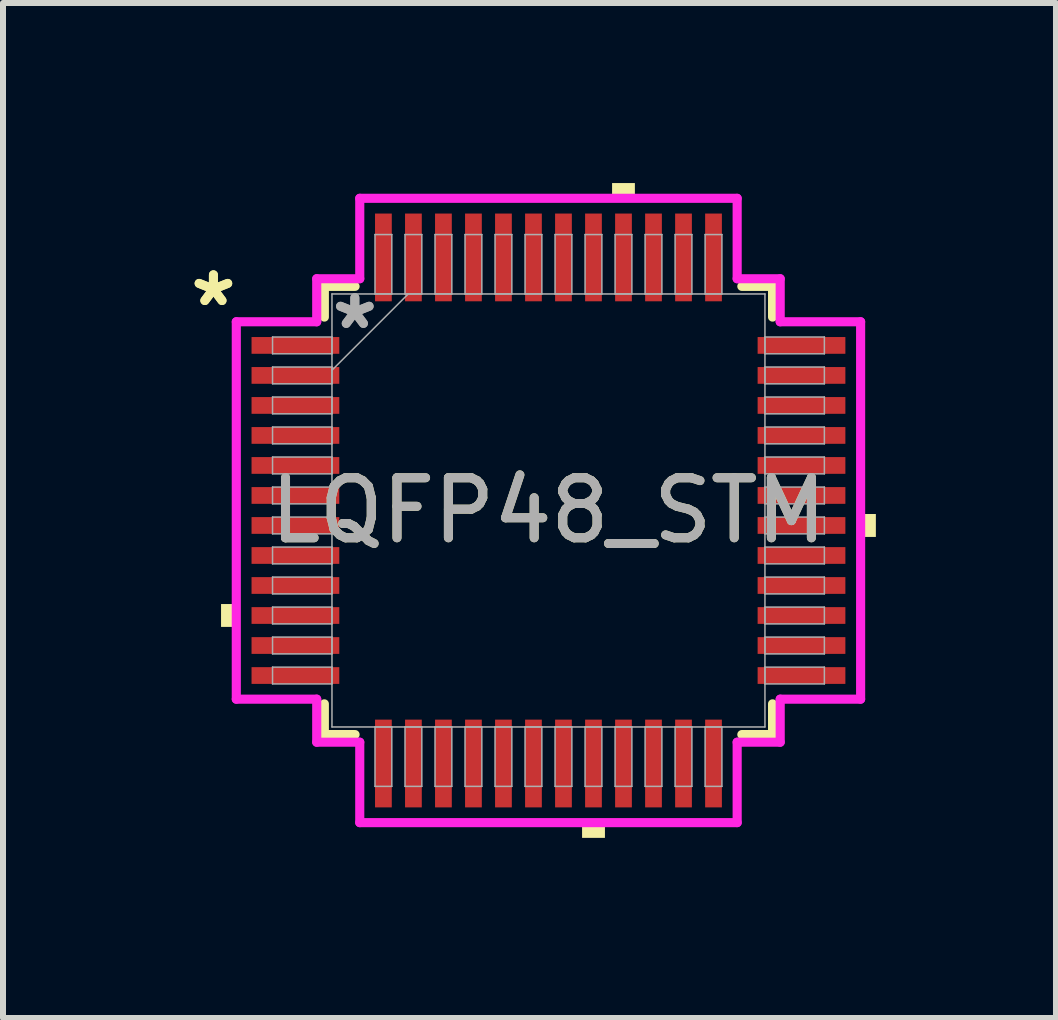
<source format=kicad_pcb>
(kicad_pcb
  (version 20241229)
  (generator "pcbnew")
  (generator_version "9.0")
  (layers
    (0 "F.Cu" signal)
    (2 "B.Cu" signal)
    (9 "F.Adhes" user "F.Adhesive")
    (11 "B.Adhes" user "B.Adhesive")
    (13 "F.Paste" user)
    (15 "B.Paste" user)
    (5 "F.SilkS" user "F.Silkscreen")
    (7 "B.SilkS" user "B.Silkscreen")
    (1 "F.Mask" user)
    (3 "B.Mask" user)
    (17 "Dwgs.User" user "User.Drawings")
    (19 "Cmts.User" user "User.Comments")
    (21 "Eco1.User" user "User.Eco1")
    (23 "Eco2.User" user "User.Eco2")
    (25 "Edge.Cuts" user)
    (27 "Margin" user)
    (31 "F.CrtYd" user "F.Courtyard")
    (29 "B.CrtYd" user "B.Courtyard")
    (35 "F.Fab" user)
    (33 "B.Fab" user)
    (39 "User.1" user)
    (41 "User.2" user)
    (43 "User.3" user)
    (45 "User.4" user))
  (footprint "LQFP48_STM"
    (layer "F.Cu")
    (at 6.088 5.455)
    (property "Reference" "LQFP48_STM" (at 0 0 0) (unlocked yes) (layer "F.SilkS") (effects (font (size 1 1) (thickness 0.15))))
    (attr smd)
    (fp_line (start -3.734 -3.734) (end -3.734 -3.222) (stroke (width 0.152) (type solid)) (layer "F.SilkS"))
    (fp_line (start -3.734 3.222) (end -3.734 3.734) (stroke (width 0.152) (type solid)) (layer "F.SilkS"))
    (fp_line (start -3.734 3.734) (end -3.222 3.734) (stroke (width 0.152) (type solid)) (layer "F.SilkS"))
    (fp_line (start -3.222 -3.734) (end -3.734 -3.734) (stroke (width 0.152) (type solid)) (layer "F.SilkS"))
    (fp_line (start 3.222 3.734) (end 3.734 3.734) (stroke (width 0.152) (type solid)) (layer "F.SilkS"))
    (fp_line (start 3.734 -3.734) (end 3.222 -3.734) (stroke (width 0.152) (type solid)) (layer "F.SilkS"))
    (fp_line (start 3.734 -3.222) (end 3.734 -3.734) (stroke (width 0.152) (type solid)) (layer "F.SilkS"))
    (fp_line (start 3.734 3.734) (end 3.734 3.222) (stroke (width 0.152) (type solid)) (layer "F.SilkS"))
    (fp_poly (pts (xy -5.455 1.559) (xy -5.455 1.94) (xy -5.201 1.94) (xy -5.201 1.559)) (stroke (width 0) (type solid)) (fill yes) (layer "F.SilkS"))
    (fp_poly (pts (xy 0.56 5.201) (xy 0.56 5.455) (xy 0.941 5.455) (xy 0.941 5.201)) (stroke (width 0) (type solid)) (fill yes) (layer "F.SilkS"))
    (fp_poly (pts (xy 1.06 -5.201) (xy 1.06 -5.455) (xy 1.44 -5.455) (xy 1.44 -5.201)) (stroke (width 0) (type solid)) (fill yes) (layer "F.SilkS"))
    (fp_poly (pts (xy 5.455 0.059) (xy 5.455 0.441) (xy 5.201 0.441) (xy 5.201 0.059)) (stroke (width 0) (type solid)) (fill yes) (layer "F.SilkS"))
    (fp_line (start -5.201 -3.144) (end -3.861 -3.144) (stroke (width 0.152) (type solid)) (layer "F.CrtYd"))
    (fp_line (start -5.201 3.144) (end -5.201 -3.144) (stroke (width 0.152) (type solid)) (layer "F.CrtYd"))
    (fp_line (start -3.861 -3.861) (end -3.144 -3.861) (stroke (width 0.152) (type solid)) (layer "F.CrtYd"))
    (fp_line (start -3.861 -3.144) (end -3.861 -3.861) (stroke (width 0.152) (type solid)) (layer "F.CrtYd"))
    (fp_line (start -3.861 3.144) (end -5.201 3.144) (stroke (width 0.152) (type solid)) (layer "F.CrtYd"))
    (fp_line (start -3.861 3.861) (end -3.861 3.144) (stroke (width 0.152) (type solid)) (layer "F.CrtYd"))
    (fp_line (start -3.861 3.861) (end -3.144 3.861) (stroke (width 0.152) (type solid)) (layer "F.CrtYd"))
    (fp_line (start -3.144 -5.201) (end 3.144 -5.201) (stroke (width 0.152) (type solid)) (layer "F.CrtYd"))
    (fp_line (start -3.144 -3.861) (end -3.144 -5.201) (stroke (width 0.152) (type solid)) (layer "F.CrtYd"))
    (fp_line (start -3.144 3.861) (end -3.144 5.201) (stroke (width 0.152) (type solid)) (layer "F.CrtYd"))
    (fp_line (start -3.144 5.201) (end 3.144 5.201) (stroke (width 0.152) (type solid)) (layer "F.CrtYd"))
    (fp_line (start 3.144 -5.201) (end 3.144 -3.861) (stroke (width 0.152) (type solid)) (layer "F.CrtYd"))
    (fp_line (start 3.144 -3.861) (end 3.861 -3.861) (stroke (width 0.152) (type solid)) (layer "F.CrtYd"))
    (fp_line (start 3.144 3.861) (end 3.861 3.861) (stroke (width 0.152) (type solid)) (layer "F.CrtYd"))
    (fp_line (start 3.144 5.201) (end 3.144 3.861) (stroke (width 0.152) (type solid)) (layer "F.CrtYd"))
    (fp_line (start 3.861 -3.144) (end 3.861 -3.861) (stroke (width 0.152) (type solid)) (layer "F.CrtYd"))
    (fp_line (start 3.861 3.144) (end 5.201 3.144) (stroke (width 0.152) (type solid)) (layer "F.CrtYd"))
    (fp_line (start 3.861 3.861) (end 3.861 3.144) (stroke (width 0.152) (type solid)) (layer "F.CrtYd"))
    (fp_line (start 5.201 -3.144) (end 3.861 -3.144) (stroke (width 0.152) (type solid)) (layer "F.CrtYd"))
    (fp_line (start 5.201 3.144) (end 5.201 -3.144) (stroke (width 0.152) (type solid)) (layer "F.CrtYd"))
    (fp_line (start -4.597 -2.89) (end -4.597 -2.61) (stroke (width 0.025) (type solid)) (layer "F.Fab"))
    (fp_line (start -4.597 -2.61) (end -3.607 -2.61) (stroke (width 0.025) (type solid)) (layer "F.Fab"))
    (fp_line (start -4.597 -2.39) (end -4.597 -2.11) (stroke (width 0.025) (type solid)) (layer "F.Fab"))
    (fp_line (start -4.597 -2.11) (end -3.607 -2.11) (stroke (width 0.025) (type solid)) (layer "F.Fab"))
    (fp_line (start -4.597 -1.89) (end -4.597 -1.61) (stroke (width 0.025) (type solid)) (layer "F.Fab"))
    (fp_line (start -4.597 -1.61) (end -3.607 -1.61) (stroke (width 0.025) (type solid)) (layer "F.Fab"))
    (fp_line (start -4.597 -1.39) (end -4.597 -1.11) (stroke (width 0.025) (type solid)) (layer "F.Fab"))
    (fp_line (start -4.597 -1.11) (end -3.607 -1.11) (stroke (width 0.025) (type solid)) (layer "F.Fab"))
    (fp_line (start -4.597 -0.89) (end -4.597 -0.61) (stroke (width 0.025) (type solid)) (layer "F.Fab"))
    (fp_line (start -4.597 -0.61) (end -3.607 -0.61) (stroke (width 0.025) (type solid)) (layer "F.Fab"))
    (fp_line (start -4.597 -0.39) (end -4.597 -0.11) (stroke (width 0.025) (type solid)) (layer "F.Fab"))
    (fp_line (start -4.597 -0.11) (end -3.607 -0.11) (stroke (width 0.025) (type solid)) (layer "F.Fab"))
    (fp_line (start -4.597 0.11) (end -4.597 0.39) (stroke (width 0.025) (type solid)) (layer "F.Fab"))
    (fp_line (start -4.597 0.39) (end -3.607 0.39) (stroke (width 0.025) (type solid)) (layer "F.Fab"))
    (fp_line (start -4.597 0.61) (end -4.597 0.89) (stroke (width 0.025) (type solid)) (layer "F.Fab"))
    (fp_line (start -4.597 0.89) (end -3.607 0.89) (stroke (width 0.025) (type solid)) (layer "F.Fab"))
    (fp_line (start -4.597 1.11) (end -4.597 1.39) (stroke (width 0.025) (type solid)) (layer "F.Fab"))
    (fp_line (start -4.597 1.39) (end -3.607 1.39) (stroke (width 0.025) (type solid)) (layer "F.Fab"))
    (fp_line (start -4.597 1.61) (end -4.597 1.89) (stroke (width 0.025) (type solid)) (layer "F.Fab"))
    (fp_line (start -4.597 1.89) (end -3.607 1.89) (stroke (width 0.025) (type solid)) (layer "F.Fab"))
    (fp_line (start -4.597 2.11) (end -4.597 2.39) (stroke (width 0.025) (type solid)) (layer "F.Fab"))
    (fp_line (start -4.597 2.39) (end -3.607 2.39) (stroke (width 0.025) (type solid)) (layer "F.Fab"))
    (fp_line (start -4.597 2.61) (end -4.597 2.89) (stroke (width 0.025) (type solid)) (layer "F.Fab"))
    (fp_line (start -4.597 2.89) (end -3.607 2.89) (stroke (width 0.025) (type solid)) (layer "F.Fab"))
    (fp_line (start -3.607 -3.607) (end -3.607 3.607) (stroke (width 0.025) (type solid)) (layer "F.Fab"))
    (fp_line (start -3.607 -2.89) (end -4.597 -2.89) (stroke (width 0.025) (type solid)) (layer "F.Fab"))
    (fp_line (start -3.607 -2.61) (end -3.607 -2.89) (stroke (width 0.025) (type solid)) (layer "F.Fab"))
    (fp_line (start -3.607 -2.39) (end -4.597 -2.39) (stroke (width 0.025) (type solid)) (layer "F.Fab"))
    (fp_line (start -3.607 -2.337) (end -2.337 -3.607) (stroke (width 0.025) (type solid)) (layer "F.Fab"))
    (fp_line (start -3.607 -2.11) (end -3.607 -2.39) (stroke (width 0.025) (type solid)) (layer "F.Fab"))
    (fp_line (start -3.607 -1.89) (end -4.597 -1.89) (stroke (width 0.025) (type solid)) (layer "F.Fab"))
    (fp_line (start -3.607 -1.61) (end -3.607 -1.89) (stroke (width 0.025) (type solid)) (layer "F.Fab"))
    (fp_line (start -3.607 -1.39) (end -4.597 -1.39) (stroke (width 0.025) (type solid)) (layer "F.Fab"))
    (fp_line (start -3.607 -1.11) (end -3.607 -1.39) (stroke (width 0.025) (type solid)) (layer "F.Fab"))
    (fp_line (start -3.607 -0.89) (end -4.597 -0.89) (stroke (width 0.025) (type solid)) (layer "F.Fab"))
    (fp_line (start -3.607 -0.61) (end -3.607 -0.89) (stroke (width 0.025) (type solid)) (layer "F.Fab"))
    (fp_line (start -3.607 -0.39) (end -4.597 -0.39) (stroke (width 0.025) (type solid)) (layer "F.Fab"))
    (fp_line (start -3.607 -0.11) (end -3.607 -0.39) (stroke (width 0.025) (type solid)) (layer "F.Fab"))
    (fp_line (start -3.607 0.11) (end -4.597 0.11) (stroke (width 0.025) (type solid)) (layer "F.Fab"))
    (fp_line (start -3.607 0.39) (end -3.607 0.11) (stroke (width 0.025) (type solid)) (layer "F.Fab"))
    (fp_line (start -3.607 0.61) (end -4.597 0.61) (stroke (width 0.025) (type solid)) (layer "F.Fab"))
    (fp_line (start -3.607 0.89) (end -3.607 0.61) (stroke (width 0.025) (type solid)) (layer "F.Fab"))
    (fp_line (start -3.607 1.11) (end -4.597 1.11) (stroke (width 0.025) (type solid)) (layer "F.Fab"))
    (fp_line (start -3.607 1.39) (end -3.607 1.11) (stroke (width 0.025) (type solid)) (layer "F.Fab"))
    (fp_line (start -3.607 1.61) (end -4.597 1.61) (stroke (width 0.025) (type solid)) (layer "F.Fab"))
    (fp_line (start -3.607 1.89) (end -3.607 1.61) (stroke (width 0.025) (type solid)) (layer "F.Fab"))
    (fp_line (start -3.607 2.11) (end -4.597 2.11) (stroke (width 0.025) (type solid)) (layer "F.Fab"))
    (fp_line (start -3.607 2.39) (end -3.607 2.11) (stroke (width 0.025) (type solid)) (layer "F.Fab"))
    (fp_line (start -3.607 2.61) (end -4.597 2.61) (stroke (width 0.025) (type solid)) (layer "F.Fab"))
    (fp_line (start -3.607 2.89) (end -3.607 2.61) (stroke (width 0.025) (type solid)) (layer "F.Fab"))
    (fp_line (start -3.607 3.607) (end 3.607 3.607) (stroke (width 0.025) (type solid)) (layer "F.Fab"))
    (fp_line (start -2.89 -4.597) (end -2.89 -3.607) (stroke (width 0.025) (type solid)) (layer "F.Fab"))
    (fp_line (start -2.89 -3.607) (end -2.61 -3.607) (stroke (width 0.025) (type solid)) (layer "F.Fab"))
    (fp_line (start -2.89 3.607) (end -2.89 4.597) (stroke (width 0.025) (type solid)) (layer "F.Fab"))
    (fp_line (start -2.89 4.597) (end -2.61 4.597) (stroke (width 0.025) (type solid)) (layer "F.Fab"))
    (fp_line (start -2.61 -4.597) (end -2.89 -4.597) (stroke (width 0.025) (type solid)) (layer "F.Fab"))
    (fp_line (start -2.61 -3.607) (end -2.61 -4.597) (stroke (width 0.025) (type solid)) (layer "F.Fab"))
    (fp_line (start -2.61 3.607) (end -2.89 3.607) (stroke (width 0.025) (type solid)) (layer "F.Fab"))
    (fp_line (start -2.61 4.597) (end -2.61 3.607) (stroke (width 0.025) (type solid)) (layer "F.Fab"))
    (fp_line (start -2.39 -4.597) (end -2.39 -3.607) (stroke (width 0.025) (type solid)) (layer "F.Fab"))
    (fp_line (start -2.39 -3.607) (end -2.11 -3.607) (stroke (width 0.025) (type solid)) (layer "F.Fab"))
    (fp_line (start -2.39 3.607) (end -2.39 4.597) (stroke (width 0.025) (type solid)) (layer "F.Fab"))
    (fp_line (start -2.39 4.597) (end -2.11 4.597) (stroke (width 0.025) (type solid)) (layer "F.Fab"))
    (fp_line (start -2.11 -4.597) (end -2.39 -4.597) (stroke (width 0.025) (type solid)) (layer "F.Fab"))
    (fp_line (start -2.11 -3.607) (end -2.11 -4.597) (stroke (width 0.025) (type solid)) (layer "F.Fab"))
    (fp_line (start -2.11 3.607) (end -2.39 3.607) (stroke (width 0.025) (type solid)) (layer "F.Fab"))
    (fp_line (start -2.11 4.597) (end -2.11 3.607) (stroke (width 0.025) (type solid)) (layer "F.Fab"))
    (fp_line (start -1.89 -4.597) (end -1.89 -3.607) (stroke (width 0.025) (type solid)) (layer "F.Fab"))
    (fp_line (start -1.89 -3.607) (end -1.61 -3.607) (stroke (width 0.025) (type solid)) (layer "F.Fab"))
    (fp_line (start -1.89 3.607) (end -1.89 4.597) (stroke (width 0.025) (type solid)) (layer "F.Fab"))
    (fp_line (start -1.89 4.597) (end -1.61 4.597) (stroke (width 0.025) (type solid)) (layer "F.Fab"))
    (fp_line (start -1.61 -4.597) (end -1.89 -4.597) (stroke (width 0.025) (type solid)) (layer "F.Fab"))
    (fp_line (start -1.61 -3.607) (end -1.61 -4.597) (stroke (width 0.025) (type solid)) (layer "F.Fab"))
    (fp_line (start -1.61 3.607) (end -1.89 3.607) (stroke (width 0.025) (type solid)) (layer "F.Fab"))
    (fp_line (start -1.61 4.597) (end -1.61 3.607) (stroke (width 0.025) (type solid)) (layer "F.Fab"))
    (fp_line (start -1.39 -4.597) (end -1.39 -3.607) (stroke (width 0.025) (type solid)) (layer "F.Fab"))
    (fp_line (start -1.39 -3.607) (end -1.11 -3.607) (stroke (width 0.025) (type solid)) (layer "F.Fab"))
    (fp_line (start -1.39 3.607) (end -1.39 4.597) (stroke (width 0.025) (type solid)) (layer "F.Fab"))
    (fp_line (start -1.39 4.597) (end -1.11 4.597) (stroke (width 0.025) (type solid)) (layer "F.Fab"))
    (fp_line (start -1.11 -4.597) (end -1.39 -4.597) (stroke (width 0.025) (type solid)) (layer "F.Fab"))
    (fp_line (start -1.11 -3.607) (end -1.11 -4.597) (stroke (width 0.025) (type solid)) (layer "F.Fab"))
    (fp_line (start -1.11 3.607) (end -1.39 3.607) (stroke (width 0.025) (type solid)) (layer "F.Fab"))
    (fp_line (start -1.11 4.597) (end -1.11 3.607) (stroke (width 0.025) (type solid)) (layer "F.Fab"))
    (fp_line (start -0.89 -4.597) (end -0.89 -3.607) (stroke (width 0.025) (type solid)) (layer "F.Fab"))
    (fp_line (start -0.89 -3.607) (end -0.61 -3.607) (stroke (width 0.025) (type solid)) (layer "F.Fab"))
    (fp_line (start -0.89 3.607) (end -0.89 4.597) (stroke (width 0.025) (type solid)) (layer "F.Fab"))
    (fp_line (start -0.89 4.597) (end -0.61 4.597) (stroke (width 0.025) (type solid)) (layer "F.Fab"))
    (fp_line (start -0.61 -4.597) (end -0.89 -4.597) (stroke (width 0.025) (type solid)) (layer "F.Fab"))
    (fp_line (start -0.61 -3.607) (end -0.61 -4.597) (stroke (width 0.025) (type solid)) (layer "F.Fab"))
    (fp_line (start -0.61 3.607) (end -0.89 3.607) (stroke (width 0.025) (type solid)) (layer "F.Fab"))
    (fp_line (start -0.61 4.597) (end -0.61 3.607) (stroke (width 0.025) (type solid)) (layer "F.Fab"))
    (fp_line (start -0.39 -4.597) (end -0.39 -3.607) (stroke (width 0.025) (type solid)) (layer "F.Fab"))
    (fp_line (start -0.39 -3.607) (end -0.11 -3.607) (stroke (width 0.025) (type solid)) (layer "F.Fab"))
    (fp_line (start -0.39 3.607) (end -0.39 4.597) (stroke (width 0.025) (type solid)) (layer "F.Fab"))
    (fp_line (start -0.39 4.597) (end -0.11 4.597) (stroke (width 0.025) (type solid)) (layer "F.Fab"))
    (fp_line (start -0.11 -4.597) (end -0.39 -4.597) (stroke (width 0.025) (type solid)) (layer "F.Fab"))
    (fp_line (start -0.11 -3.607) (end -0.11 -4.597) (stroke (width 0.025) (type solid)) (layer "F.Fab"))
    (fp_line (start -0.11 3.607) (end -0.39 3.607) (stroke (width 0.025) (type solid)) (layer "F.Fab"))
    (fp_line (start -0.11 4.597) (end -0.11 3.607) (stroke (width 0.025) (type solid)) (layer "F.Fab"))
    (fp_line (start 0.11 -4.597) (end 0.11 -3.607) (stroke (width 0.025) (type solid)) (layer "F.Fab"))
    (fp_line (start 0.11 -3.607) (end 0.39 -3.607) (stroke (width 0.025) (type solid)) (layer "F.Fab"))
    (fp_line (start 0.11 3.607) (end 0.11 4.597) (stroke (width 0.025) (type solid)) (layer "F.Fab"))
    (fp_line (start 0.11 4.597) (end 0.39 4.597) (stroke (width 0.025) (type solid)) (layer "F.Fab"))
    (fp_line (start 0.39 -4.597) (end 0.11 -4.597) (stroke (width 0.025) (type solid)) (layer "F.Fab"))
    (fp_line (start 0.39 -3.607) (end 0.39 -4.597) (stroke (width 0.025) (type solid)) (layer "F.Fab"))
    (fp_line (start 0.39 3.607) (end 0.11 3.607) (stroke (width 0.025) (type solid)) (layer "F.Fab"))
    (fp_line (start 0.39 4.597) (end 0.39 3.607) (stroke (width 0.025) (type solid)) (layer "F.Fab"))
    (fp_line (start 0.61 -4.597) (end 0.61 -3.607) (stroke (width 0.025) (type solid)) (layer "F.Fab"))
    (fp_line (start 0.61 -3.607) (end 0.89 -3.607) (stroke (width 0.025) (type solid)) (layer "F.Fab"))
    (fp_line (start 0.61 3.607) (end 0.61 4.597) (stroke (width 0.025) (type solid)) (layer "F.Fab"))
    (fp_line (start 0.61 4.597) (end 0.89 4.597) (stroke (width 0.025) (type solid)) (layer "F.Fab"))
    (fp_line (start 0.89 -4.597) (end 0.61 -4.597) (stroke (width 0.025) (type solid)) (layer "F.Fab"))
    (fp_line (start 0.89 -3.607) (end 0.89 -4.597) (stroke (width 0.025) (type solid)) (layer "F.Fab"))
    (fp_line (start 0.89 3.607) (end 0.61 3.607) (stroke (width 0.025) (type solid)) (layer "F.Fab"))
    (fp_line (start 0.89 4.597) (end 0.89 3.607) (stroke (width 0.025) (type solid)) (layer "F.Fab"))
    (fp_line (start 1.11 -4.597) (end 1.11 -3.607) (stroke (width 0.025) (type solid)) (layer "F.Fab"))
    (fp_line (start 1.11 -3.607) (end 1.39 -3.607) (stroke (width 0.025) (type solid)) (layer "F.Fab"))
    (fp_line (start 1.11 3.607) (end 1.11 4.597) (stroke (width 0.025) (type solid)) (layer "F.Fab"))
    (fp_line (start 1.11 4.597) (end 1.39 4.597) (stroke (width 0.025) (type solid)) (layer "F.Fab"))
    (fp_line (start 1.39 -4.597) (end 1.11 -4.597) (stroke (width 0.025) (type solid)) (layer "F.Fab"))
    (fp_line (start 1.39 -3.607) (end 1.39 -4.597) (stroke (width 0.025) (type solid)) (layer "F.Fab"))
    (fp_line (start 1.39 3.607) (end 1.11 3.607) (stroke (width 0.025) (type solid)) (layer "F.Fab"))
    (fp_line (start 1.39 4.597) (end 1.39 3.607) (stroke (width 0.025) (type solid)) (layer "F.Fab"))
    (fp_line (start 1.61 -4.597) (end 1.61 -3.607) (stroke (width 0.025) (type solid)) (layer "F.Fab"))
    (fp_line (start 1.61 -3.607) (end 1.89 -3.607) (stroke (width 0.025) (type solid)) (layer "F.Fab"))
    (fp_line (start 1.61 3.607) (end 1.61 4.597) (stroke (width 0.025) (type solid)) (layer "F.Fab"))
    (fp_line (start 1.61 4.597) (end 1.89 4.597) (stroke (width 0.025) (type solid)) (layer "F.Fab"))
    (fp_line (start 1.89 -4.597) (end 1.61 -4.597) (stroke (width 0.025) (type solid)) (layer "F.Fab"))
    (fp_line (start 1.89 -3.607) (end 1.89 -4.597) (stroke (width 0.025) (type solid)) (layer "F.Fab"))
    (fp_line (start 1.89 3.607) (end 1.61 3.607) (stroke (width 0.025) (type solid)) (layer "F.Fab"))
    (fp_line (start 1.89 4.597) (end 1.89 3.607) (stroke (width 0.025) (type solid)) (layer "F.Fab"))
    (fp_line (start 2.11 -4.597) (end 2.11 -3.607) (stroke (width 0.025) (type solid)) (layer "F.Fab"))
    (fp_line (start 2.11 -3.607) (end 2.39 -3.607) (stroke (width 0.025) (type solid)) (layer "F.Fab"))
    (fp_line (start 2.11 3.607) (end 2.11 4.597) (stroke (width 0.025) (type solid)) (layer "F.Fab"))
    (fp_line (start 2.11 4.597) (end 2.39 4.597) (stroke (width 0.025) (type solid)) (layer "F.Fab"))
    (fp_line (start 2.39 -4.597) (end 2.11 -4.597) (stroke (width 0.025) (type solid)) (layer "F.Fab"))
    (fp_line (start 2.39 -3.607) (end 2.39 -4.597) (stroke (width 0.025) (type solid)) (layer "F.Fab"))
    (fp_line (start 2.39 3.607) (end 2.11 3.607) (stroke (width 0.025) (type solid)) (layer "F.Fab"))
    (fp_line (start 2.39 4.597) (end 2.39 3.607) (stroke (width 0.025) (type solid)) (layer "F.Fab"))
    (fp_line (start 2.61 -4.597) (end 2.61 -3.607) (stroke (width 0.025) (type solid)) (layer "F.Fab"))
    (fp_line (start 2.61 -3.607) (end 2.89 -3.607) (stroke (width 0.025) (type solid)) (layer "F.Fab"))
    (fp_line (start 2.61 3.607) (end 2.61 4.597) (stroke (width 0.025) (type solid)) (layer "F.Fab"))
    (fp_line (start 2.61 4.597) (end 2.89 4.597) (stroke (width 0.025) (type solid)) (layer "F.Fab"))
    (fp_line (start 2.89 -4.597) (end 2.61 -4.597) (stroke (width 0.025) (type solid)) (layer "F.Fab"))
    (fp_line (start 2.89 -3.607) (end 2.89 -4.597) (stroke (width 0.025) (type solid)) (layer "F.Fab"))
    (fp_line (start 2.89 3.607) (end 2.61 3.607) (stroke (width 0.025) (type solid)) (layer "F.Fab"))
    (fp_line (start 2.89 4.597) (end 2.89 3.607) (stroke (width 0.025) (type solid)) (layer "F.Fab"))
    (fp_line (start 3.607 -3.607) (end -3.607 -3.607) (stroke (width 0.025) (type solid)) (layer "F.Fab"))
    (fp_line (start 3.607 -2.89) (end 3.607 -2.61) (stroke (width 0.025) (type solid)) (layer "F.Fab"))
    (fp_line (start 3.607 -2.61) (end 4.597 -2.61) (stroke (width 0.025) (type solid)) (layer "F.Fab"))
    (fp_line (start 3.607 -2.39) (end 3.607 -2.11) (stroke (width 0.025) (type solid)) (layer "F.Fab"))
    (fp_line (start 3.607 -2.11) (end 4.597 -2.11) (stroke (width 0.025) (type solid)) (layer "F.Fab"))
    (fp_line (start 3.607 -1.89) (end 3.607 -1.61) (stroke (width 0.025) (type solid)) (layer "F.Fab"))
    (fp_line (start 3.607 -1.61) (end 4.597 -1.61) (stroke (width 0.025) (type solid)) (layer "F.Fab"))
    (fp_line (start 3.607 -1.39) (end 3.607 -1.11) (stroke (width 0.025) (type solid)) (layer "F.Fab"))
    (fp_line (start 3.607 -1.11) (end 4.597 -1.11) (stroke (width 0.025) (type solid)) (layer "F.Fab"))
    (fp_line (start 3.607 -0.89) (end 3.607 -0.61) (stroke (width 0.025) (type solid)) (layer "F.Fab"))
    (fp_line (start 3.607 -0.61) (end 4.597 -0.61) (stroke (width 0.025) (type solid)) (layer "F.Fab"))
    (fp_line (start 3.607 -0.39) (end 3.607 -0.11) (stroke (width 0.025) (type solid)) (layer "F.Fab"))
    (fp_line (start 3.607 -0.11) (end 4.597 -0.11) (stroke (width 0.025) (type solid)) (layer "F.Fab"))
    (fp_line (start 3.607 0.11) (end 3.607 0.39) (stroke (width 0.025) (type solid)) (layer "F.Fab"))
    (fp_line (start 3.607 0.39) (end 4.597 0.39) (stroke (width 0.025) (type solid)) (layer "F.Fab"))
    (fp_line (start 3.607 0.61) (end 3.607 0.89) (stroke (width 0.025) (type solid)) (layer "F.Fab"))
    (fp_line (start 3.607 0.89) (end 4.597 0.89) (stroke (width 0.025) (type solid)) (layer "F.Fab"))
    (fp_line (start 3.607 1.11) (end 3.607 1.39) (stroke (width 0.025) (type solid)) (layer "F.Fab"))
    (fp_line (start 3.607 1.39) (end 4.597 1.39) (stroke (width 0.025) (type solid)) (layer "F.Fab"))
    (fp_line (start 3.607 1.61) (end 3.607 1.89) (stroke (width 0.025) (type solid)) (layer "F.Fab"))
    (fp_line (start 3.607 1.89) (end 4.597 1.89) (stroke (width 0.025) (type solid)) (layer "F.Fab"))
    (fp_line (start 3.607 2.11) (end 3.607 2.39) (stroke (width 0.025) (type solid)) (layer "F.Fab"))
    (fp_line (start 3.607 2.39) (end 4.597 2.39) (stroke (width 0.025) (type solid)) (layer "F.Fab"))
    (fp_line (start 3.607 2.61) (end 3.607 2.89) (stroke (width 0.025) (type solid)) (layer "F.Fab"))
    (fp_line (start 3.607 2.89) (end 4.597 2.89) (stroke (width 0.025) (type solid)) (layer "F.Fab"))
    (fp_line (start 3.607 3.607) (end 3.607 -3.607) (stroke (width 0.025) (type solid)) (layer "F.Fab"))
    (fp_line (start 4.597 -2.89) (end 3.607 -2.89) (stroke (width 0.025) (type solid)) (layer "F.Fab"))
    (fp_line (start 4.597 -2.61) (end 4.597 -2.89) (stroke (width 0.025) (type solid)) (layer "F.Fab"))
    (fp_line (start 4.597 -2.39) (end 3.607 -2.39) (stroke (width 0.025) (type solid)) (layer "F.Fab"))
    (fp_line (start 4.597 -2.11) (end 4.597 -2.39) (stroke (width 0.025) (type solid)) (layer "F.Fab"))
    (fp_line (start 4.597 -1.89) (end 3.607 -1.89) (stroke (width 0.025) (type solid)) (layer "F.Fab"))
    (fp_line (start 4.597 -1.61) (end 4.597 -1.89) (stroke (width 0.025) (type solid)) (layer "F.Fab"))
    (fp_line (start 4.597 -1.39) (end 3.607 -1.39) (stroke (width 0.025) (type solid)) (layer "F.Fab"))
    (fp_line (start 4.597 -1.11) (end 4.597 -1.39) (stroke (width 0.025) (type solid)) (layer "F.Fab"))
    (fp_line (start 4.597 -0.89) (end 3.607 -0.89) (stroke (width 0.025) (type solid)) (layer "F.Fab"))
    (fp_line (start 4.597 -0.61) (end 4.597 -0.89) (stroke (width 0.025) (type solid)) (layer "F.Fab"))
    (fp_line (start 4.597 -0.39) (end 3.607 -0.39) (stroke (width 0.025) (type solid)) (layer "F.Fab"))
    (fp_line (start 4.597 -0.11) (end 4.597 -0.39) (stroke (width 0.025) (type solid)) (layer "F.Fab"))
    (fp_line (start 4.597 0.11) (end 3.607 0.11) (stroke (width 0.025) (type solid)) (layer "F.Fab"))
    (fp_line (start 4.597 0.39) (end 4.597 0.11) (stroke (width 0.025) (type solid)) (layer "F.Fab"))
    (fp_line (start 4.597 0.61) (end 3.607 0.61) (stroke (width 0.025) (type solid)) (layer "F.Fab"))
    (fp_line (start 4.597 0.89) (end 4.597 0.61) (stroke (width 0.025) (type solid)) (layer "F.Fab"))
    (fp_line (start 4.597 1.11) (end 3.607 1.11) (stroke (width 0.025) (type solid)) (layer "F.Fab"))
    (fp_line (start 4.597 1.39) (end 4.597 1.11) (stroke (width 0.025) (type solid)) (layer "F.Fab"))
    (fp_line (start 4.597 1.61) (end 3.607 1.61) (stroke (width 0.025) (type solid)) (layer "F.Fab"))
    (fp_line (start 4.597 1.89) (end 4.597 1.61) (stroke (width 0.025) (type solid)) (layer "F.Fab"))
    (fp_line (start 4.597 2.11) (end 3.607 2.11) (stroke (width 0.025) (type solid)) (layer "F.Fab"))
    (fp_line (start 4.597 2.39) (end 4.597 2.11) (stroke (width 0.025) (type solid)) (layer "F.Fab"))
    (fp_line (start 4.597 2.61) (end 3.607 2.61) (stroke (width 0.025) (type solid)) (layer "F.Fab"))
    (fp_line (start 4.597 2.89) (end 4.597 2.61) (stroke (width 0.025) (type solid)) (layer "F.Fab"))
    (fp_text user "*" (at -5.582 -3.381 0) (unlocked yes) (layer "F.SilkS") (effects (font (size 1 1) (thickness 0.15))))
    (fp_text user "*" (at -5.582 -3.381 0) (layer "F.SilkS") (effects (font (size 1 1) (thickness 0.15))))
    (fp_text user "*" (at -3.226 -3 0) (layer "F.Fab") (effects (font (size 1 1) (thickness 0.15))))
    (fp_text user "${REFERENCE}" (at 0 0 0) (unlocked yes) (layer "F.Fab") (effects (font (size 1 1) (thickness 0.15))))
    (fp_text user "*" (at -3.226 -3 0) (unlocked yes) (layer "F.Fab") (effects (font (size 1 1) (thickness 0.15))))
    (pad "1" smd rect (at -4.216 -2.75 90) (size 0.279 1.462) (layers "F.Cu" "F.Mask" "F.Paste"))
    (pad "2" smd rect (at -4.216 -2.25 90) (size 0.279 1.462) (layers "F.Cu" "F.Mask" "F.Paste"))
    (pad "3" smd rect (at -4.216 -1.75 90) (size 0.279 1.462) (layers "F.Cu" "F.Mask" "F.Paste"))
    (pad "4" smd rect (at -4.216 -1.25 90) (size 0.279 1.462) (layers "F.Cu" "F.Mask" "F.Paste"))
    (pad "5" smd rect (at -4.216 -0.75 90) (size 0.279 1.462) (layers "F.Cu" "F.Mask" "F.Paste"))
    (pad "6" smd rect (at -4.216 -0.25 90) (size 0.279 1.462) (layers "F.Cu" "F.Mask" "F.Paste"))
    (pad "7" smd rect (at -4.216 0.25 90) (size 0.279 1.462) (layers "F.Cu" "F.Mask" "F.Paste"))
    (pad "8" smd rect (at -4.216 0.75 90) (size 0.279 1.462) (layers "F.Cu" "F.Mask" "F.Paste"))
    (pad "9" smd rect (at -4.216 1.25 90) (size 0.279 1.462) (layers "F.Cu" "F.Mask" "F.Paste"))
    (pad "10" smd rect (at -4.216 1.75 90) (size 0.279 1.462) (layers "F.Cu" "F.Mask" "F.Paste"))
    (pad "11" smd rect (at -4.216 2.25 90) (size 0.279 1.462) (layers "F.Cu" "F.Mask" "F.Paste"))
    (pad "12" smd rect (at -4.216 2.75 90) (size 0.279 1.462) (layers "F.Cu" "F.Mask" "F.Paste"))
    (pad "13" smd rect (at -2.75 4.216) (size 0.279 1.462) (layers "F.Cu" "F.Mask" "F.Paste"))
    (pad "14" smd rect (at -2.25 4.216) (size 0.279 1.462) (layers "F.Cu" "F.Mask" "F.Paste"))
    (pad "15" smd rect (at -1.75 4.216) (size 0.279 1.462) (layers "F.Cu" "F.Mask" "F.Paste"))
    (pad "16" smd rect (at -1.25 4.216) (size 0.279 1.462) (layers "F.Cu" "F.Mask" "F.Paste"))
    (pad "17" smd rect (at -0.75 4.216) (size 0.279 1.462) (layers "F.Cu" "F.Mask" "F.Paste"))
    (pad "18" smd rect (at -0.25 4.216) (size 0.279 1.462) (layers "F.Cu" "F.Mask" "F.Paste"))
    (pad "19" smd rect (at 0.25 4.216) (size 0.279 1.462) (layers "F.Cu" "F.Mask" "F.Paste"))
    (pad "20" smd rect (at 0.75 4.216) (size 0.279 1.462) (layers "F.Cu" "F.Mask" "F.Paste"))
    (pad "21" smd rect (at 1.25 4.216) (size 0.279 1.462) (layers "F.Cu" "F.Mask" "F.Paste"))
    (pad "22" smd rect (at 1.75 4.216) (size 0.279 1.462) (layers "F.Cu" "F.Mask" "F.Paste"))
    (pad "23" smd rect (at 2.25 4.216) (size 0.279 1.462) (layers "F.Cu" "F.Mask" "F.Paste"))
    (pad "24" smd rect (at 2.75 4.216) (size 0.279 1.462) (layers "F.Cu" "F.Mask" "F.Paste"))
    (pad "25" smd rect (at 4.216 2.75 90) (size 0.279 1.462) (layers "F.Cu" "F.Mask" "F.Paste"))
    (pad "26" smd rect (at 4.216 2.25 90) (size 0.279 1.462) (layers "F.Cu" "F.Mask" "F.Paste"))
    (pad "27" smd rect (at 4.216 1.75 90) (size 0.279 1.462) (layers "F.Cu" "F.Mask" "F.Paste"))
    (pad "28" smd rect (at 4.216 1.25 90) (size 0.279 1.462) (layers "F.Cu" "F.Mask" "F.Paste"))
    (pad "29" smd rect (at 4.216 0.75 90) (size 0.279 1.462) (layers "F.Cu" "F.Mask" "F.Paste"))
    (pad "30" smd rect (at 4.216 0.25 90) (size 0.279 1.462) (layers "F.Cu" "F.Mask" "F.Paste"))
    (pad "31" smd rect (at 4.216 -0.25 90) (size 0.279 1.462) (layers "F.Cu" "F.Mask" "F.Paste"))
    (pad "32" smd rect (at 4.216 -0.75 90) (size 0.279 1.462) (layers "F.Cu" "F.Mask" "F.Paste"))
    (pad "33" smd rect (at 4.216 -1.25 90) (size 0.279 1.462) (layers "F.Cu" "F.Mask" "F.Paste"))
    (pad "34" smd rect (at 4.216 -1.75 90) (size 0.279 1.462) (layers "F.Cu" "F.Mask" "F.Paste"))
    (pad "35" smd rect (at 4.216 -2.25 90) (size 0.279 1.462) (layers "F.Cu" "F.Mask" "F.Paste"))
    (pad "36" smd rect (at 4.216 -2.75 90) (size 0.279 1.462) (layers "F.Cu" "F.Mask" "F.Paste"))
    (pad "37" smd rect (at 2.75 -4.216) (size 0.279 1.462) (layers "F.Cu" "F.Mask" "F.Paste"))
    (pad "38" smd rect (at 2.25 -4.216) (size 0.279 1.462) (layers "F.Cu" "F.Mask" "F.Paste"))
    (pad "39" smd rect (at 1.75 -4.216) (size 0.279 1.462) (layers "F.Cu" "F.Mask" "F.Paste"))
    (pad "40" smd rect (at 1.25 -4.216) (size 0.279 1.462) (layers "F.Cu" "F.Mask" "F.Paste"))
    (pad "41" smd rect (at 0.75 -4.216) (size 0.279 1.462) (layers "F.Cu" "F.Mask" "F.Paste"))
    (pad "42" smd rect (at 0.25 -4.216) (size 0.279 1.462) (layers "F.Cu" "F.Mask" "F.Paste"))
    (pad "43" smd rect (at -0.25 -4.216) (size 0.279 1.462) (layers "F.Cu" "F.Mask" "F.Paste"))
    (pad "44" smd rect (at -0.75 -4.216) (size 0.279 1.462) (layers "F.Cu" "F.Mask" "F.Paste"))
    (pad "45" smd rect (at -1.25 -4.216) (size 0.279 1.462) (layers "F.Cu" "F.Mask" "F.Paste"))
    (pad "46" smd rect (at -1.75 -4.216) (size 0.279 1.462) (layers "F.Cu" "F.Mask" "F.Paste"))
    (pad "47" smd rect (at -2.25 -4.216) (size 0.279 1.462) (layers "F.Cu" "F.Mask" "F.Paste"))
    (pad "48" smd rect (at -2.75 -4.216) (size 0.279 1.462) (layers "F.Cu" "F.Mask" "F.Paste")))
  (gr_rect
    (start -3 -3)
    (end 14.544 13.911)
    (stroke (width 0.1) (type default))
    (fill no)
    (layer "Edge.Cuts")))
</source>
